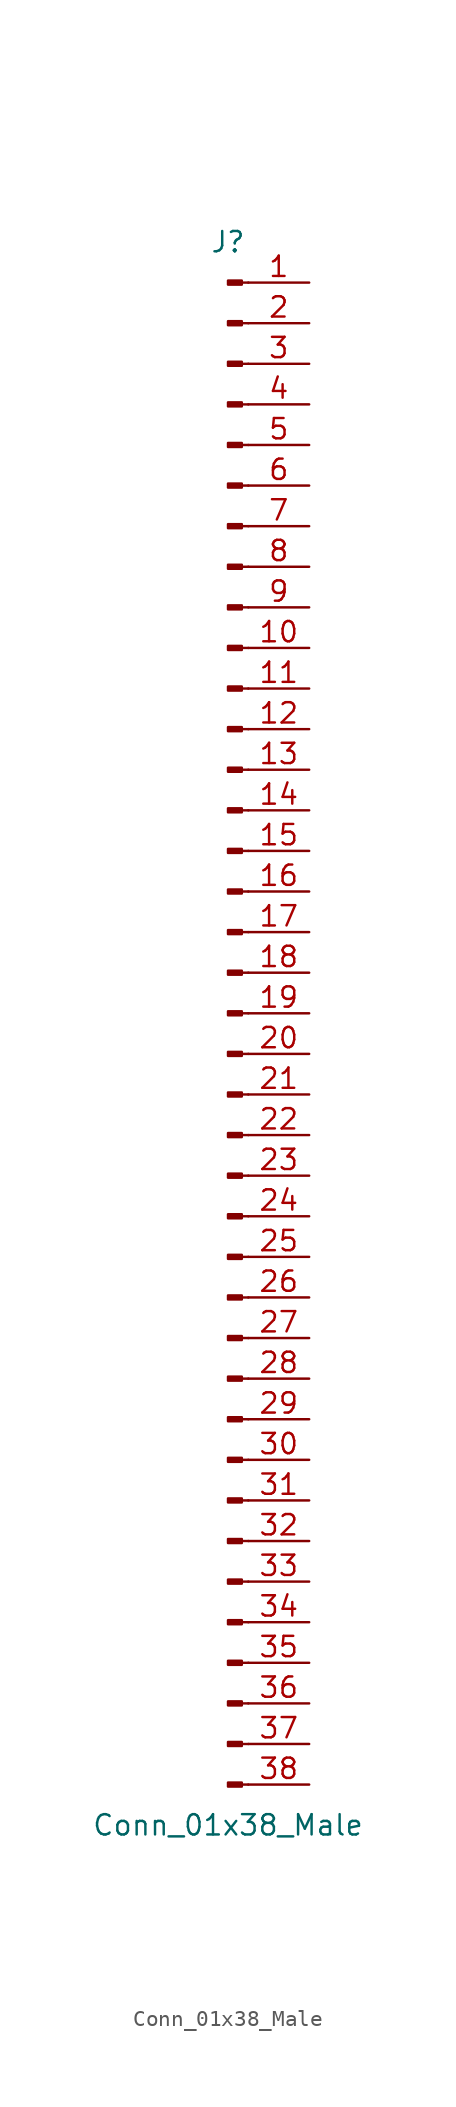
<source format=kicad_sym>
(kicad_symbol_lib
  (version 20201005)
  (generator kicad_symbol_editor)
  (symbol "Conn_01x38_Male"
    (pin_names
      (offset 1.016) hide)
    (property "Reference" "J"
      (at 0 48.26 0)
      (effects (font (size 1.27 1.27))))
    (property "Value" "Conn_01x38_Male"
      (at 0 -50.8 0)
      (effects (font (size 1.27 1.27))))
    (symbol "Conn_01x38_Male_1_1"
      (rectangle (start 0.864 -48.133) (end 0 -48.387) (stroke (width 0.152)) (fill (type outline)))
      (rectangle (start 0.864 -45.593) (end 0 -45.847) (stroke (width 0.152)) (fill (type outline)))
      (rectangle (start 0.864 -43.053) (end 0 -43.307) (stroke (width 0.152)) (fill (type outline)))
      (rectangle (start 0.864 -40.513) (end 0 -40.767) (stroke (width 0.152)) (fill (type outline)))
      (rectangle (start 0.864 -37.973) (end 0 -38.227) (stroke (width 0.152)) (fill (type outline)))
      (rectangle (start 0.864 -35.433) (end 0 -35.687) (stroke (width 0.152)) (fill (type outline)))
      (rectangle (start 0.864 -32.893) (end 0 -33.147) (stroke (width 0.152)) (fill (type outline)))
      (rectangle (start 0.864 -30.353) (end 0 -30.607) (stroke (width 0.152)) (fill (type outline)))
      (rectangle (start 0.864 -27.813) (end 0 -28.067) (stroke (width 0.152)) (fill (type outline)))
      (rectangle (start 0.864 -25.273) (end 0 -25.527) (stroke (width 0.152)) (fill (type outline)))
      (rectangle (start 0.864 -22.733) (end 0 -22.987) (stroke (width 0.152)) (fill (type outline)))
      (rectangle (start 0.864 -20.193) (end 0 -20.447) (stroke (width 0.152)) (fill (type outline)))
      (rectangle (start 0.864 -17.653) (end 0 -17.907) (stroke (width 0.152)) (fill (type outline)))
      (rectangle (start 0.864 -15.113) (end 0 -15.367) (stroke (width 0.152)) (fill (type outline)))
      (rectangle (start 0.864 -12.573) (end 0 -12.827) (stroke (width 0.152)) (fill (type outline)))
      (rectangle (start 0.864 -10.033) (end 0 -10.287) (stroke (width 0.152)) (fill (type outline)))
      (rectangle (start 0.864 -7.493) (end 0 -7.747) (stroke (width 0.152)) (fill (type outline)))
      (rectangle (start 0.864 -4.953) (end 0 -5.207) (stroke (width 0.152)) (fill (type outline)))
      (rectangle (start 0.864 -2.413) (end 0 -2.667) (stroke (width 0.152)) (fill (type outline)))
      (rectangle (start 0.864 0.127) (end 0 -0.127) (stroke (width 0.152)) (fill (type outline)))
      (rectangle (start 0.864 2.667) (end 0 2.413) (stroke (width 0.152)) (fill (type outline)))
      (rectangle (start 0.864 5.207) (end 0 4.953) (stroke (width 0.152)) (fill (type outline)))
      (rectangle (start 0.864 7.747) (end 0 7.493) (stroke (width 0.152)) (fill (type outline)))
      (rectangle (start 0.864 10.287) (end 0 10.033) (stroke (width 0.152)) (fill (type outline)))
      (rectangle (start 0.864 12.827) (end 0 12.573) (stroke (width 0.152)) (fill (type outline)))
      (rectangle (start 0.864 15.367) (end 0 15.113) (stroke (width 0.152)) (fill (type outline)))
      (rectangle (start 0.864 17.907) (end 0 17.653) (stroke (width 0.152)) (fill (type outline)))
      (rectangle (start 0.864 20.447) (end 0 20.193) (stroke (width 0.152)) (fill (type outline)))
      (rectangle (start 0.864 22.987) (end 0 22.733) (stroke (width 0.152)) (fill (type outline)))
      (rectangle (start 0.864 25.527) (end 0 25.273) (stroke (width 0.152)) (fill (type outline)))
      (rectangle (start 0.864 28.067) (end 0 27.813) (stroke (width 0.152)) (fill (type outline)))
      (rectangle (start 0.864 30.607) (end 0 30.353) (stroke (width 0.152)) (fill (type outline)))
      (rectangle (start 0.864 33.147) (end 0 32.893) (stroke (width 0.152)) (fill (type outline)))
      (rectangle (start 0.864 35.687) (end 0 35.433) (stroke (width 0.152)) (fill (type outline)))
      (rectangle (start 0.864 38.227) (end 0 37.973) (stroke (width 0.152)) (fill (type outline)))
      (rectangle (start 0.864 40.767) (end 0 40.513) (stroke (width 0.152)) (fill (type outline)))
      (rectangle (start 0.864 43.307) (end 0 43.053) (stroke (width 0.152)) (fill (type outline)))
      (rectangle (start 0.864 45.847) (end 0 45.593) (stroke (width 0.152)) (fill (type outline)))
      (polyline (pts (xy 1.27 -48.26) (xy 0.864 -48.26)) (stroke (width 0.152)) (fill (type none)))
      (polyline (pts (xy 1.27 -45.72) (xy 0.864 -45.72)) (stroke (width 0.152)) (fill (type none)))
      (polyline (pts (xy 1.27 -43.18) (xy 0.864 -43.18)) (stroke (width 0.152)) (fill (type none)))
      (polyline (pts (xy 1.27 -40.64) (xy 0.864 -40.64)) (stroke (width 0.152)) (fill (type none)))
      (polyline (pts (xy 1.27 -38.1) (xy 0.864 -38.1)) (stroke (width 0.152)) (fill (type none)))
      (polyline (pts (xy 1.27 -35.56) (xy 0.864 -35.56)) (stroke (width 0.152)) (fill (type none)))
      (polyline (pts (xy 1.27 -33.02) (xy 0.864 -33.02)) (stroke (width 0.152)) (fill (type none)))
      (polyline (pts (xy 1.27 -30.48) (xy 0.864 -30.48)) (stroke (width 0.152)) (fill (type none)))
      (polyline (pts (xy 1.27 -27.94) (xy 0.864 -27.94)) (stroke (width 0.152)) (fill (type none)))
      (polyline (pts (xy 1.27 -25.4) (xy 0.864 -25.4)) (stroke (width 0.152)) (fill (type none)))
      (polyline (pts (xy 1.27 -22.86) (xy 0.864 -22.86)) (stroke (width 0.152)) (fill (type none)))
      (polyline (pts (xy 1.27 -20.32) (xy 0.864 -20.32)) (stroke (width 0.152)) (fill (type none)))
      (polyline (pts (xy 1.27 -17.78) (xy 0.864 -17.78)) (stroke (width 0.152)) (fill (type none)))
      (polyline (pts (xy 1.27 -15.24) (xy 0.864 -15.24)) (stroke (width 0.152)) (fill (type none)))
      (polyline (pts (xy 1.27 -12.7) (xy 0.864 -12.7)) (stroke (width 0.152)) (fill (type none)))
      (polyline (pts (xy 1.27 -10.16) (xy 0.864 -10.16)) (stroke (width 0.152)) (fill (type none)))
      (polyline (pts (xy 1.27 -7.62) (xy 0.864 -7.62)) (stroke (width 0.152)) (fill (type none)))
      (polyline (pts (xy 1.27 -5.08) (xy 0.864 -5.08)) (stroke (width 0.152)) (fill (type none)))
      (polyline (pts (xy 1.27 -2.54) (xy 0.864 -2.54)) (stroke (width 0.152)) (fill (type none)))
      (polyline (pts (xy 1.27 0) (xy 0.864 0)) (stroke (width 0.152)) (fill (type none)))
      (polyline (pts (xy 1.27 2.54) (xy 0.864 2.54)) (stroke (width 0.152)) (fill (type none)))
      (polyline (pts (xy 1.27 5.08) (xy 0.864 5.08)) (stroke (width 0.152)) (fill (type none)))
      (polyline (pts (xy 1.27 7.62) (xy 0.864 7.62)) (stroke (width 0.152)) (fill (type none)))
      (polyline (pts (xy 1.27 10.16) (xy 0.864 10.16)) (stroke (width 0.152)) (fill (type none)))
      (polyline (pts (xy 1.27 12.7) (xy 0.864 12.7)) (stroke (width 0.152)) (fill (type none)))
      (polyline (pts (xy 1.27 15.24) (xy 0.864 15.24)) (stroke (width 0.152)) (fill (type none)))
      (polyline (pts (xy 1.27 17.78) (xy 0.864 17.78)) (stroke (width 0.152)) (fill (type none)))
      (polyline (pts (xy 1.27 20.32) (xy 0.864 20.32)) (stroke (width 0.152)) (fill (type none)))
      (polyline (pts (xy 1.27 22.86) (xy 0.864 22.86)) (stroke (width 0.152)) (fill (type none)))
      (polyline (pts (xy 1.27 25.4) (xy 0.864 25.4)) (stroke (width 0.152)) (fill (type none)))
      (polyline (pts (xy 1.27 27.94) (xy 0.864 27.94)) (stroke (width 0.152)) (fill (type none)))
      (polyline (pts (xy 1.27 30.48) (xy 0.864 30.48)) (stroke (width 0.152)) (fill (type none)))
      (polyline (pts (xy 1.27 33.02) (xy 0.864 33.02)) (stroke (width 0.152)) (fill (type none)))
      (polyline (pts (xy 1.27 35.56) (xy 0.864 35.56)) (stroke (width 0.152)) (fill (type none)))
      (polyline (pts (xy 1.27 38.1) (xy 0.864 38.1)) (stroke (width 0.152)) (fill (type none)))
      (polyline (pts (xy 1.27 40.64) (xy 0.864 40.64)) (stroke (width 0.152)) (fill (type none)))
      (polyline (pts (xy 1.27 43.18) (xy 0.864 43.18)) (stroke (width 0.152)) (fill (type none)))
      (polyline (pts (xy 1.27 45.72) (xy 0.864 45.72)) (stroke (width 0.152)) (fill (type none)))
      (pin passive line (at 5.08 45.72 180) (length 3.81) (name "Pin_1" (effects (font (size 1.27 1.27)))) (number "1" (effects (font (size 1.27 1.27)))))
      (pin passive line (at 5.08 22.86 180) (length 3.81) (name "Pin_10" (effects (font (size 1.27 1.27)))) (number "10" (effects (font (size 1.27 1.27)))))
      (pin passive line (at 5.08 20.32 180) (length 3.81) (name "Pin_11" (effects (font (size 1.27 1.27)))) (number "11" (effects (font (size 1.27 1.27)))))
      (pin passive line (at 5.08 17.78 180) (length 3.81) (name "Pin_12" (effects (font (size 1.27 1.27)))) (number "12" (effects (font (size 1.27 1.27)))))
      (pin passive line (at 5.08 15.24 180) (length 3.81) (name "Pin_13" (effects (font (size 1.27 1.27)))) (number "13" (effects (font (size 1.27 1.27)))))
      (pin passive line (at 5.08 12.7 180) (length 3.81) (name "Pin_14" (effects (font (size 1.27 1.27)))) (number "14" (effects (font (size 1.27 1.27)))))
      (pin passive line (at 5.08 10.16 180) (length 3.81) (name "Pin_15" (effects (font (size 1.27 1.27)))) (number "15" (effects (font (size 1.27 1.27)))))
      (pin passive line (at 5.08 7.62 180) (length 3.81) (name "Pin_16" (effects (font (size 1.27 1.27)))) (number "16" (effects (font (size 1.27 1.27)))))
      (pin passive line (at 5.08 5.08 180) (length 3.81) (name "Pin_17" (effects (font (size 1.27 1.27)))) (number "17" (effects (font (size 1.27 1.27)))))
      (pin passive line (at 5.08 2.54 180) (length 3.81) (name "Pin_18" (effects (font (size 1.27 1.27)))) (number "18" (effects (font (size 1.27 1.27)))))
      (pin passive line (at 5.08 0 180) (length 3.81) (name "Pin_19" (effects (font (size 1.27 1.27)))) (number "19" (effects (font (size 1.27 1.27)))))
      (pin passive line (at 5.08 43.18 180) (length 3.81) (name "Pin_2" (effects (font (size 1.27 1.27)))) (number "2" (effects (font (size 1.27 1.27)))))
      (pin passive line (at 5.08 -2.54 180) (length 3.81) (name "Pin_20" (effects (font (size 1.27 1.27)))) (number "20" (effects (font (size 1.27 1.27)))))
      (pin passive line (at 5.08 -5.08 180) (length 3.81) (name "Pin_21" (effects (font (size 1.27 1.27)))) (number "21" (effects (font (size 1.27 1.27)))))
      (pin passive line (at 5.08 -7.62 180) (length 3.81) (name "Pin_22" (effects (font (size 1.27 1.27)))) (number "22" (effects (font (size 1.27 1.27)))))
      (pin passive line (at 5.08 -10.16 180) (length 3.81) (name "Pin_23" (effects (font (size 1.27 1.27)))) (number "23" (effects (font (size 1.27 1.27)))))
      (pin passive line (at 5.08 -12.7 180) (length 3.81) (name "Pin_24" (effects (font (size 1.27 1.27)))) (number "24" (effects (font (size 1.27 1.27)))))
      (pin passive line (at 5.08 -15.24 180) (length 3.81) (name "Pin_25" (effects (font (size 1.27 1.27)))) (number "25" (effects (font (size 1.27 1.27)))))
      (pin passive line (at 5.08 -17.78 180) (length 3.81) (name "Pin_26" (effects (font (size 1.27 1.27)))) (number "26" (effects (font (size 1.27 1.27)))))
      (pin passive line (at 5.08 -20.32 180) (length 3.81) (name "Pin_27" (effects (font (size 1.27 1.27)))) (number "27" (effects (font (size 1.27 1.27)))))
      (pin passive line (at 5.08 -22.86 180) (length 3.81) (name "Pin_28" (effects (font (size 1.27 1.27)))) (number "28" (effects (font (size 1.27 1.27)))))
      (pin passive line (at 5.08 -25.4 180) (length 3.81) (name "Pin_29" (effects (font (size 1.27 1.27)))) (number "29" (effects (font (size 1.27 1.27)))))
      (pin passive line (at 5.08 40.64 180) (length 3.81) (name "Pin_3" (effects (font (size 1.27 1.27)))) (number "3" (effects (font (size 1.27 1.27)))))
      (pin passive line (at 5.08 -27.94 180) (length 3.81) (name "Pin_30" (effects (font (size 1.27 1.27)))) (number "30" (effects (font (size 1.27 1.27)))))
      (pin passive line (at 5.08 -30.48 180) (length 3.81) (name "Pin_31" (effects (font (size 1.27 1.27)))) (number "31" (effects (font (size 1.27 1.27)))))
      (pin passive line (at 5.08 -33.02 180) (length 3.81) (name "Pin_32" (effects (font (size 1.27 1.27)))) (number "32" (effects (font (size 1.27 1.27)))))
      (pin passive line (at 5.08 -35.56 180) (length 3.81) (name "Pin_33" (effects (font (size 1.27 1.27)))) (number "33" (effects (font (size 1.27 1.27)))))
      (pin passive line (at 5.08 -38.1 180) (length 3.81) (name "Pin_34" (effects (font (size 1.27 1.27)))) (number "34" (effects (font (size 1.27 1.27)))))
      (pin passive line (at 5.08 -40.64 180) (length 3.81) (name "Pin_35" (effects (font (size 1.27 1.27)))) (number "35" (effects (font (size 1.27 1.27)))))
      (pin passive line (at 5.08 -43.18 180) (length 3.81) (name "Pin_36" (effects (font (size 1.27 1.27)))) (number "36" (effects (font (size 1.27 1.27)))))
      (pin passive line (at 5.08 -45.72 180) (length 3.81) (name "Pin_37" (effects (font (size 1.27 1.27)))) (number "37" (effects (font (size 1.27 1.27)))))
      (pin passive line (at 5.08 -48.26 180) (length 3.81) (name "Pin_38" (effects (font (size 1.27 1.27)))) (number "38" (effects (font (size 1.27 1.27)))))
      (pin passive line (at 5.08 38.1 180) (length 3.81) (name "Pin_4" (effects (font (size 1.27 1.27)))) (number "4" (effects (font (size 1.27 1.27)))))
      (pin passive line (at 5.08 35.56 180) (length 3.81) (name "Pin_5" (effects (font (size 1.27 1.27)))) (number "5" (effects (font (size 1.27 1.27)))))
      (pin passive line (at 5.08 33.02 180) (length 3.81) (name "Pin_6" (effects (font (size 1.27 1.27)))) (number "6" (effects (font (size 1.27 1.27)))))
      (pin passive line (at 5.08 30.48 180) (length 3.81) (name "Pin_7" (effects (font (size 1.27 1.27)))) (number "7" (effects (font (size 1.27 1.27)))))
      (pin passive line (at 5.08 27.94 180) (length 3.81) (name "Pin_8" (effects (font (size 1.27 1.27)))) (number "8" (effects (font (size 1.27 1.27)))))
      (pin passive line (at 5.08 25.4 180) (length 3.81) (name "Pin_9" (effects (font (size 1.27 1.27)))) (number "9" (effects (font (size 1.27 1.27))))))))
</source>
